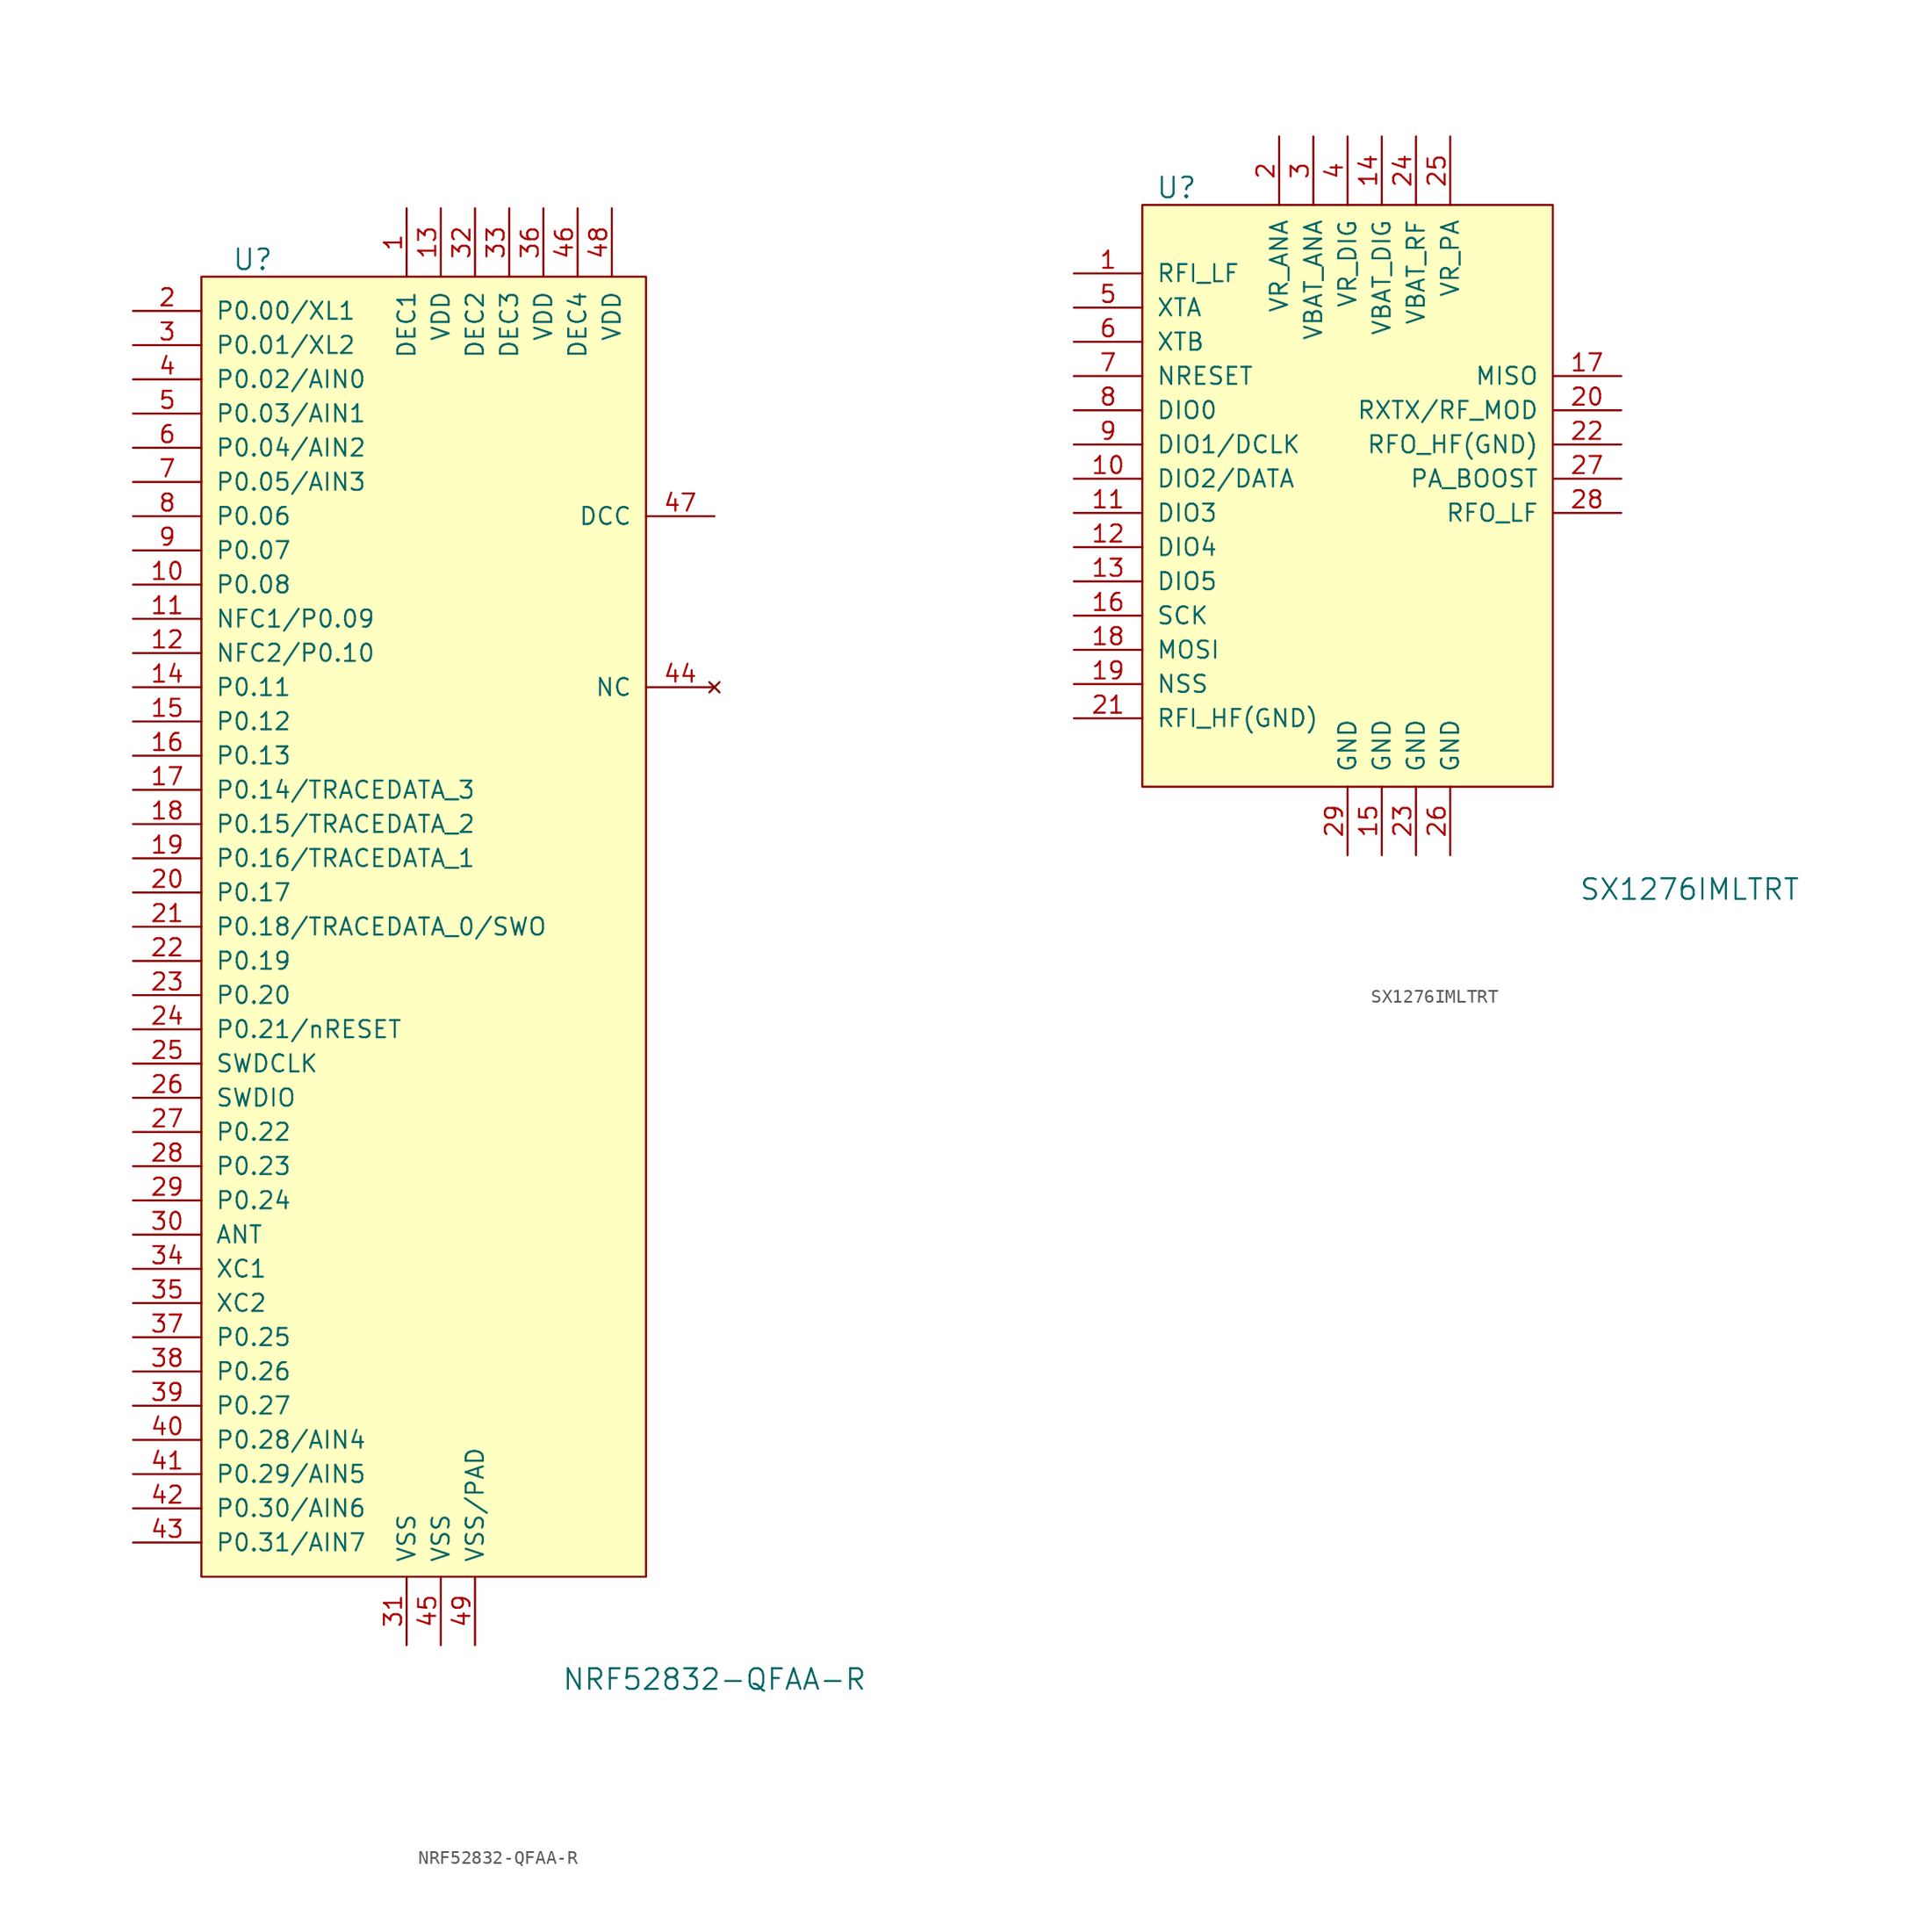
<source format=kicad_sym>
(kicad_symbol_lib
  (version 20220914)
  (generator kicad_symbol_editor)
  (symbol "NRF52832-QFAA-R"
    (pin_names
      (offset 1.016))
    (property "Reference" "U"
      (at -13.97 49.53 0)
      (effects (font (size 1.524 1.524))))
    (property "Value" "NRF52832-QFAA-R"
      (at 20.32 -55.88 0)
      (effects (font (size 1.524 1.524))))
    (symbol "NRF52832-QFAA-R_0_1"
      (rectangle (start -17.78 48.26) (end 15.24 -48.26) (stroke (width 0) (type solid)) (fill (type background))))
    (symbol "NRF52832-QFAA-R_1_1"
      (pin power_in line (at -2.54 53.34 270) (length 5.08) (name "DEC1" (effects (font (size 1.27 1.27)))) (number "1" (effects (font (size 1.27 1.27)))))
      (pin bidirectional line (at -22.86 25.4 0) (length 5.08) (name "P0.08" (effects (font (size 1.27 1.27)))) (number "10" (effects (font (size 1.27 1.27)))))
      (pin bidirectional line (at -22.86 22.86 0) (length 5.08) (name "NFC1/P0.09" (effects (font (size 1.27 1.27)))) (number "11" (effects (font (size 1.27 1.27)))))
      (pin bidirectional line (at -22.86 20.32 0) (length 5.08) (name "NFC2/P0.10" (effects (font (size 1.27 1.27)))) (number "12" (effects (font (size 1.27 1.27)))))
      (pin power_in line (at 0 53.34 270) (length 5.08) (name "VDD" (effects (font (size 1.27 1.27)))) (number "13" (effects (font (size 1.27 1.27)))))
      (pin bidirectional line (at -22.86 17.78 0) (length 5.08) (name "P0.11" (effects (font (size 1.27 1.27)))) (number "14" (effects (font (size 1.27 1.27)))))
      (pin bidirectional line (at -22.86 15.24 0) (length 5.08) (name "P0.12" (effects (font (size 1.27 1.27)))) (number "15" (effects (font (size 1.27 1.27)))))
      (pin bidirectional line (at -22.86 12.7 0) (length 5.08) (name "P0.13" (effects (font (size 1.27 1.27)))) (number "16" (effects (font (size 1.27 1.27)))))
      (pin bidirectional line (at -22.86 10.16 0) (length 5.08) (name "P0.14/TRACEDATA_3" (effects (font (size 1.27 1.27)))) (number "17" (effects (font (size 1.27 1.27)))))
      (pin bidirectional line (at -22.86 7.62 0) (length 5.08) (name "P0.15/TRACEDATA_2" (effects (font (size 1.27 1.27)))) (number "18" (effects (font (size 1.27 1.27)))))
      (pin bidirectional line (at -22.86 5.08 0) (length 5.08) (name "P0.16/TRACEDATA_1" (effects (font (size 1.27 1.27)))) (number "19" (effects (font (size 1.27 1.27)))))
      (pin bidirectional line (at -22.86 45.72 0) (length 5.08) (name "P0.00/XL1" (effects (font (size 1.27 1.27)))) (number "2" (effects (font (size 1.27 1.27)))))
      (pin bidirectional line (at -22.86 2.54 0) (length 5.08) (name "P0.17" (effects (font (size 1.27 1.27)))) (number "20" (effects (font (size 1.27 1.27)))))
      (pin bidirectional line (at -22.86 0 0) (length 5.08) (name "P0.18/TRACEDATA_0/SWO" (effects (font (size 1.27 1.27)))) (number "21" (effects (font (size 1.27 1.27)))))
      (pin bidirectional line (at -22.86 -2.54 0) (length 5.08) (name "P0.19" (effects (font (size 1.27 1.27)))) (number "22" (effects (font (size 1.27 1.27)))))
      (pin bidirectional line (at -22.86 -5.08 0) (length 5.08) (name "P0.20" (effects (font (size 1.27 1.27)))) (number "23" (effects (font (size 1.27 1.27)))))
      (pin bidirectional line (at -22.86 -7.62 0) (length 5.08) (name "P0.21/nRESET" (effects (font (size 1.27 1.27)))) (number "24" (effects (font (size 1.27 1.27)))))
      (pin input line (at -22.86 -10.16 0) (length 5.08) (name "SWDCLK" (effects (font (size 1.27 1.27)))) (number "25" (effects (font (size 1.27 1.27)))))
      (pin bidirectional line (at -22.86 -12.7 0) (length 5.08) (name "SWDIO" (effects (font (size 1.27 1.27)))) (number "26" (effects (font (size 1.27 1.27)))))
      (pin bidirectional line (at -22.86 -15.24 0) (length 5.08) (name "P0.22" (effects (font (size 1.27 1.27)))) (number "27" (effects (font (size 1.27 1.27)))))
      (pin bidirectional line (at -22.86 -17.78 0) (length 5.08) (name "P0.23" (effects (font (size 1.27 1.27)))) (number "28" (effects (font (size 1.27 1.27)))))
      (pin bidirectional line (at -22.86 -20.32 0) (length 5.08) (name "P0.24" (effects (font (size 1.27 1.27)))) (number "29" (effects (font (size 1.27 1.27)))))
      (pin bidirectional line (at -22.86 43.18 0) (length 5.08) (name "P0.01/XL2" (effects (font (size 1.27 1.27)))) (number "3" (effects (font (size 1.27 1.27)))))
      (pin bidirectional line (at -22.86 -22.86 0) (length 5.08) (name "ANT" (effects (font (size 1.27 1.27)))) (number "30" (effects (font (size 1.27 1.27)))))
      (pin power_in line (at -2.54 -53.34 90) (length 5.08) (name "VSS" (effects (font (size 1.27 1.27)))) (number "31" (effects (font (size 1.27 1.27)))))
      (pin power_in line (at 2.54 53.34 270) (length 5.08) (name "DEC2" (effects (font (size 1.27 1.27)))) (number "32" (effects (font (size 1.27 1.27)))))
      (pin power_in line (at 5.08 53.34 270) (length 5.08) (name "DEC3" (effects (font (size 1.27 1.27)))) (number "33" (effects (font (size 1.27 1.27)))))
      (pin input line (at -22.86 -25.4 0) (length 5.08) (name "XC1" (effects (font (size 1.27 1.27)))) (number "34" (effects (font (size 1.27 1.27)))))
      (pin input line (at -22.86 -27.94 0) (length 5.08) (name "XC2" (effects (font (size 1.27 1.27)))) (number "35" (effects (font (size 1.27 1.27)))))
      (pin power_in line (at 7.62 53.34 270) (length 5.08) (name "VDD" (effects (font (size 1.27 1.27)))) (number "36" (effects (font (size 1.27 1.27)))))
      (pin bidirectional line (at -22.86 -30.48 0) (length 5.08) (name "P0.25" (effects (font (size 1.27 1.27)))) (number "37" (effects (font (size 1.27 1.27)))))
      (pin bidirectional line (at -22.86 -33.02 0) (length 5.08) (name "P0.26" (effects (font (size 1.27 1.27)))) (number "38" (effects (font (size 1.27 1.27)))))
      (pin bidirectional line (at -22.86 -35.56 0) (length 5.08) (name "P0.27" (effects (font (size 1.27 1.27)))) (number "39" (effects (font (size 1.27 1.27)))))
      (pin bidirectional line (at -22.86 40.64 0) (length 5.08) (name "P0.02/AIN0" (effects (font (size 1.27 1.27)))) (number "4" (effects (font (size 1.27 1.27)))))
      (pin bidirectional line (at -22.86 -38.1 0) (length 5.08) (name "P0.28/AIN4" (effects (font (size 1.27 1.27)))) (number "40" (effects (font (size 1.27 1.27)))))
      (pin bidirectional line (at -22.86 -40.64 0) (length 5.08) (name "P0.29/AIN5" (effects (font (size 1.27 1.27)))) (number "41" (effects (font (size 1.27 1.27)))))
      (pin bidirectional line (at -22.86 -43.18 0) (length 5.08) (name "P0.30/AIN6" (effects (font (size 1.27 1.27)))) (number "42" (effects (font (size 1.27 1.27)))))
      (pin bidirectional line (at -22.86 -45.72 0) (length 5.08) (name "P0.31/AIN7" (effects (font (size 1.27 1.27)))) (number "43" (effects (font (size 1.27 1.27)))))
      (pin no_connect line (at 20.32 17.78 180) (length 5.08) (name "NC" (effects (font (size 1.27 1.27)))) (number "44" (effects (font (size 1.27 1.27)))))
      (pin power_in line (at 0 -53.34 90) (length 5.08) (name "VSS" (effects (font (size 1.27 1.27)))) (number "45" (effects (font (size 1.27 1.27)))))
      (pin power_in line (at 10.16 53.34 270) (length 5.08) (name "DEC4" (effects (font (size 1.27 1.27)))) (number "46" (effects (font (size 1.27 1.27)))))
      (pin power_out line (at 20.32 30.48 180) (length 5.08) (name "DCC" (effects (font (size 1.27 1.27)))) (number "47" (effects (font (size 1.27 1.27)))))
      (pin power_in line (at 12.7 53.34 270) (length 5.08) (name "VDD" (effects (font (size 1.27 1.27)))) (number "48" (effects (font (size 1.27 1.27)))))
      (pin power_in line (at 2.54 -53.34 90) (length 5.08) (name "VSS/PAD" (effects (font (size 1.27 1.27)))) (number "49" (effects (font (size 1.27 1.27)))))
      (pin bidirectional line (at -22.86 38.1 0) (length 5.08) (name "P0.03/AIN1" (effects (font (size 1.27 1.27)))) (number "5" (effects (font (size 1.27 1.27)))))
      (pin bidirectional line (at -22.86 35.56 0) (length 5.08) (name "P0.04/AIN2" (effects (font (size 1.27 1.27)))) (number "6" (effects (font (size 1.27 1.27)))))
      (pin bidirectional line (at -22.86 33.02 0) (length 5.08) (name "P0.05/AIN3" (effects (font (size 1.27 1.27)))) (number "7" (effects (font (size 1.27 1.27)))))
      (pin bidirectional line (at -22.86 30.48 0) (length 5.08) (name "P0.06" (effects (font (size 1.27 1.27)))) (number "8" (effects (font (size 1.27 1.27)))))
      (pin bidirectional line (at -22.86 27.94 0) (length 5.08) (name "P0.07" (effects (font (size 1.27 1.27)))) (number "9" (effects (font (size 1.27 1.27)))))))
  (symbol "SX1276IMLTRT"
    (pin_names
      (offset 1.016))
    (property "Reference" "U"
      (at -12.7 24.13 0)
      (effects (font (size 1.524 1.524))))
    (property "Value" "SX1276IMLTRT"
      (at 25.4 -27.94 0)
      (effects (font (size 1.524 1.524))))
    (symbol "SX1276IMLTRT_0_1"
      (rectangle (start -15.24 22.86) (end 15.24 -20.32) (stroke (width 0) (type solid)) (fill (type background))))
    (symbol "SX1276IMLTRT_1_1"
      (pin input line (at -20.32 17.78 0) (length 5.08) (name "RFI_LF" (effects (font (size 1.27 1.27)))) (number "1" (effects (font (size 1.27 1.27)))))
      (pin bidirectional line (at -20.32 2.54 0) (length 5.08) (name "DIO2/DATA" (effects (font (size 1.27 1.27)))) (number "10" (effects (font (size 1.27 1.27)))))
      (pin bidirectional line (at -20.32 0 0) (length 5.08) (name "DIO3" (effects (font (size 1.27 1.27)))) (number "11" (effects (font (size 1.27 1.27)))))
      (pin bidirectional line (at -20.32 -2.54 0) (length 5.08) (name "DIO4" (effects (font (size 1.27 1.27)))) (number "12" (effects (font (size 1.27 1.27)))))
      (pin bidirectional line (at -20.32 -5.08 0) (length 5.08) (name "DIO5" (effects (font (size 1.27 1.27)))) (number "13" (effects (font (size 1.27 1.27)))))
      (pin power_in line (at 2.54 27.94 270) (length 5.08) (name "VBAT_DIG" (effects (font (size 1.27 1.27)))) (number "14" (effects (font (size 1.27 1.27)))))
      (pin power_in line (at 2.54 -25.4 90) (length 5.08) (name "GND" (effects (font (size 1.27 1.27)))) (number "15" (effects (font (size 1.27 1.27)))))
      (pin input line (at -20.32 -7.62 0) (length 5.08) (name "SCK" (effects (font (size 1.27 1.27)))) (number "16" (effects (font (size 1.27 1.27)))))
      (pin output line (at 20.32 10.16 180) (length 5.08) (name "MISO" (effects (font (size 1.27 1.27)))) (number "17" (effects (font (size 1.27 1.27)))))
      (pin input line (at -20.32 -10.16 0) (length 5.08) (name "MOSI" (effects (font (size 1.27 1.27)))) (number "18" (effects (font (size 1.27 1.27)))))
      (pin input line (at -20.32 -12.7 0) (length 5.08) (name "NSS" (effects (font (size 1.27 1.27)))) (number "19" (effects (font (size 1.27 1.27)))))
      (pin power_in line (at -5.08 27.94 270) (length 5.08) (name "VR_ANA" (effects (font (size 1.27 1.27)))) (number "2" (effects (font (size 1.27 1.27)))))
      (pin output line (at 20.32 7.62 180) (length 5.08) (name "RXTX/RF_MOD" (effects (font (size 1.27 1.27)))) (number "20" (effects (font (size 1.27 1.27)))))
      (pin input line (at -20.32 -15.24 0) (length 5.08) (name "RFI_HF(GND)" (effects (font (size 1.27 1.27)))) (number "21" (effects (font (size 1.27 1.27)))))
      (pin output line (at 20.32 5.08 180) (length 5.08) (name "RFO_HF(GND)" (effects (font (size 1.27 1.27)))) (number "22" (effects (font (size 1.27 1.27)))))
      (pin power_in line (at 5.08 -25.4 90) (length 5.08) (name "GND" (effects (font (size 1.27 1.27)))) (number "23" (effects (font (size 1.27 1.27)))))
      (pin power_in line (at 5.08 27.94 270) (length 5.08) (name "VBAT_RF" (effects (font (size 1.27 1.27)))) (number "24" (effects (font (size 1.27 1.27)))))
      (pin power_in line (at 7.62 27.94 270) (length 5.08) (name "VR_PA" (effects (font (size 1.27 1.27)))) (number "25" (effects (font (size 1.27 1.27)))))
      (pin power_in line (at 7.62 -25.4 90) (length 5.08) (name "GND" (effects (font (size 1.27 1.27)))) (number "26" (effects (font (size 1.27 1.27)))))
      (pin output line (at 20.32 2.54 180) (length 5.08) (name "PA_BOOST" (effects (font (size 1.27 1.27)))) (number "27" (effects (font (size 1.27 1.27)))))
      (pin output line (at 20.32 0 180) (length 5.08) (name "RFO_LF" (effects (font (size 1.27 1.27)))) (number "28" (effects (font (size 1.27 1.27)))))
      (pin power_in line (at 0 -25.4 90) (length 5.08) (name "GND" (effects (font (size 1.27 1.27)))) (number "29" (effects (font (size 1.27 1.27)))))
      (pin power_in line (at -2.54 27.94 270) (length 5.08) (name "VBAT_ANA" (effects (font (size 1.27 1.27)))) (number "3" (effects (font (size 1.27 1.27)))))
      (pin power_in line (at 0 27.94 270) (length 5.08) (name "VR_DIG" (effects (font (size 1.27 1.27)))) (number "4" (effects (font (size 1.27 1.27)))))
      (pin bidirectional line (at -20.32 15.24 0) (length 5.08) (name "XTA" (effects (font (size 1.27 1.27)))) (number "5" (effects (font (size 1.27 1.27)))))
      (pin bidirectional line (at -20.32 12.7 0) (length 5.08) (name "XTB" (effects (font (size 1.27 1.27)))) (number "6" (effects (font (size 1.27 1.27)))))
      (pin bidirectional line (at -20.32 10.16 0) (length 5.08) (name "NRESET" (effects (font (size 1.27 1.27)))) (number "7" (effects (font (size 1.27 1.27)))))
      (pin bidirectional line (at -20.32 7.62 0) (length 5.08) (name "DIO0" (effects (font (size 1.27 1.27)))) (number "8" (effects (font (size 1.27 1.27)))))
      (pin bidirectional line (at -20.32 5.08 0) (length 5.08) (name "DIO1/DCLK" (effects (font (size 1.27 1.27)))) (number "9" (effects (font (size 1.27 1.27))))))))
</source>
